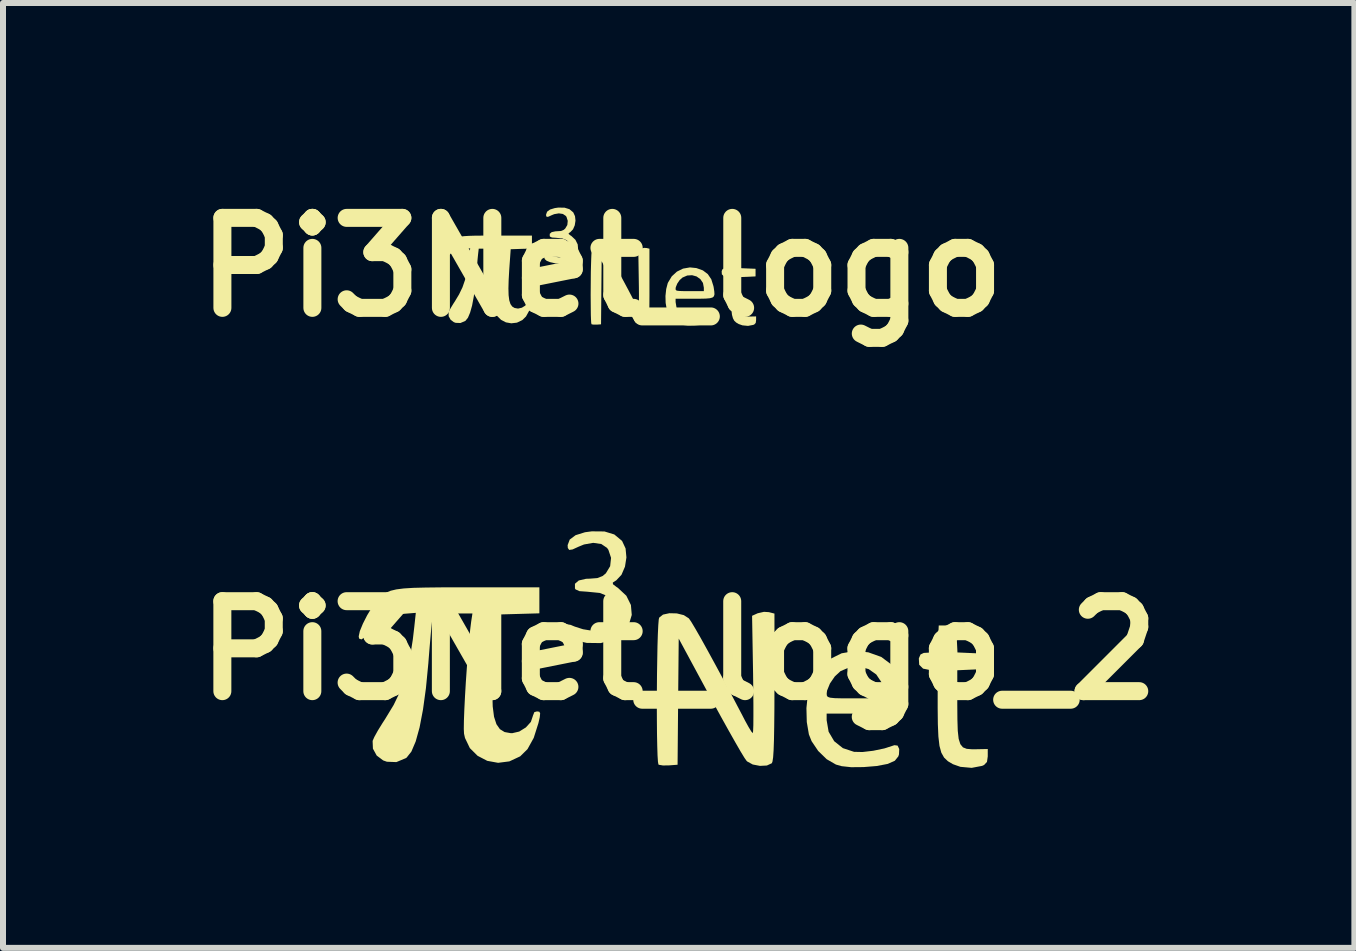
<source format=kicad_pcb>
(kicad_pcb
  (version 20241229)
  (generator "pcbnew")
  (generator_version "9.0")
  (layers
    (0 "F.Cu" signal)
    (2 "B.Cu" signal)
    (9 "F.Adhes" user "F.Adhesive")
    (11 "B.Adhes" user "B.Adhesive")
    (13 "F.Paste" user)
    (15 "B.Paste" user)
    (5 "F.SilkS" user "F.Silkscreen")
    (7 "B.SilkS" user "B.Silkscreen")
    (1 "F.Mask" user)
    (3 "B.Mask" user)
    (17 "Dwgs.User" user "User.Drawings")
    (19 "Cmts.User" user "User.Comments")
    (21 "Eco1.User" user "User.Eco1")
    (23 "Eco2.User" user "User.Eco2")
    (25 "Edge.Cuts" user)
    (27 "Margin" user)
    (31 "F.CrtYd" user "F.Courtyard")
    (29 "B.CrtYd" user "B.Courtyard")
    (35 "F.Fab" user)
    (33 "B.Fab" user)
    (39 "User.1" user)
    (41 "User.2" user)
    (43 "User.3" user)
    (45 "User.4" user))
  (footprint "Pi3Net_logo"
    (layer "F.Cu")
    (at 6.979 1.404)
    (property "Reference" "Pi3Net_logo" (at 0 0 0) (layer "F.SilkS") (effects (font (size 1.5 1.5) (thickness 0.3))))
    (attr board_only exclude_from_pos_files exclude_from_bom)
    (fp_poly (pts (xy 2.319 -0.096) (xy 2.324 0.017) (xy 2.446 0.022) (xy 2.567 0.027) (xy 2.567 0.091) (xy 2.567 0.154) (xy 2.445 0.16) (xy 2.322 0.165) (xy 2.323 0.45) (xy 2.323 0.576) (xy 2.327 0.67) (xy 2.334 0.737) (xy 2.348 0.781) (xy 2.369 0.807) (xy 2.401 0.82) (xy 2.444 0.824) (xy 2.473 0.823) (xy 2.576 0.821) (xy 2.576 0.883) (xy 2.57 0.929) (xy 2.546 0.955) (xy 2.53 0.962) (xy 2.442 0.979) (xy 2.349 0.97) (xy 2.286 0.948) (xy 2.244 0.923) (xy 2.212 0.893) (xy 2.19 0.852) (xy 2.174 0.795) (xy 2.165 0.717) (xy 2.16 0.614) (xy 2.159 0.479) (xy 2.159 0.476) (xy 2.159 0.163) (xy 2.098 0.163) (xy 2.038 0.152) (xy 2.005 0.119) (xy 2.002 0.068) (xy 2.003 0.064) (xy 2.016 0.034) (xy 2.043 0.021) (xy 2.086 0.018) (xy 2.157 0.018) (xy 2.163 -0.095) (xy 2.168 -0.209) (xy 2.241 -0.209) (xy 2.313 -0.209)) (stroke (width 0) (type solid)) (fill yes) (layer "F.SilkS"))
    (fp_poly (pts (xy -0.618 -0.992) (xy -0.537 -0.967) (xy -0.475 -0.916) (xy -0.471 -0.911) (xy -0.443 -0.85) (xy -0.435 -0.776) (xy -0.447 -0.698) (xy -0.476 -0.631) (xy -0.521 -0.584) (xy -0.527 -0.58) (xy -0.549 -0.566) (xy -0.547 -0.552) (xy -0.52 -0.53) (xy -0.504 -0.52) (xy -0.436 -0.456) (xy -0.398 -0.379) (xy -0.391 -0.296) (xy -0.415 -0.215) (xy -0.462 -0.152) (xy -0.547 -0.091) (xy -0.649 -0.061) (xy -0.766 -0.063) (xy -0.857 -0.083) (xy -0.915 -0.106) (xy -0.946 -0.133) (xy -0.954 -0.154) (xy -0.959 -0.2) (xy -0.943 -0.219) (xy -0.903 -0.214) (xy -0.866 -0.199) (xy -0.798 -0.177) (xy -0.721 -0.165) (xy -0.702 -0.164) (xy -0.641 -0.168) (xy -0.598 -0.185) (xy -0.561 -0.216) (xy -0.519 -0.272) (xy -0.511 -0.329) (xy -0.534 -0.397) (xy -0.535 -0.398) (xy -0.581 -0.449) (xy -0.658 -0.48) (xy -0.765 -0.49) (xy -0.765 -0.49) (xy -0.827 -0.494) (xy -0.859 -0.509) (xy -0.864 -0.517) (xy -0.864 -0.556) (xy -0.832 -0.584) (xy -0.772 -0.597) (xy -0.741 -0.599) (xy -0.677 -0.603) (xy -0.633 -0.621) (xy -0.607 -0.643) (xy -0.571 -0.703) (xy -0.564 -0.772) (xy -0.585 -0.839) (xy -0.597 -0.855) (xy -0.645 -0.887) (xy -0.712 -0.897) (xy -0.789 -0.884) (xy -0.833 -0.866) (xy -0.885 -0.842) (xy -0.913 -0.838) (xy -0.924 -0.854) (xy -0.925 -0.878) (xy -0.908 -0.925) (xy -0.859 -0.961) (xy -0.78 -0.985) (xy -0.724 -0.993)) (stroke (width 0) (type solid)) (fill yes) (layer "F.SilkS"))
    (fp_poly (pts (xy 0.752 -0.319) (xy 0.798 -0.308) (xy 0.798 0.305) (xy 0.798 0.485) (xy 0.797 0.63) (xy 0.795 0.745) (xy 0.792 0.831) (xy 0.787 0.89) (xy 0.782 0.926) (xy 0.777 0.94) (xy 0.735 0.959) (xy 0.677 0.962) (xy 0.618 0.95) (xy 0.571 0.925) (xy 0.567 0.921) (xy 0.549 0.895) (xy 0.516 0.841) (xy 0.471 0.764) (xy 0.417 0.668) (xy 0.355 0.557) (xy 0.289 0.436) (xy 0.264 0.391) (xy 0.001 -0.099) (xy -0.004 0.427) (xy -0.009 0.953) (xy -0.082 0.958) (xy -0.132 0.958) (xy -0.164 0.953) (xy -0.168 0.95) (xy -0.173 0.928) (xy -0.176 0.876) (xy -0.179 0.797) (xy -0.18 0.698) (xy -0.181 0.583) (xy -0.182 0.458) (xy -0.181 0.329) (xy -0.18 0.2) (xy -0.179 0.076) (xy -0.176 -0.037) (xy -0.173 -0.133) (xy -0.17 -0.209) (xy -0.166 -0.257) (xy -0.163 -0.273) (xy -0.131 -0.299) (xy -0.077 -0.311) (xy -0.016 -0.309) (xy 0.043 -0.295) (xy 0.085 -0.268) (xy 0.104 -0.24) (xy 0.138 -0.183) (xy 0.184 -0.102) (xy 0.241 -0.000436) (xy 0.306 0.119) (xy 0.377 0.251) (xy 0.453 0.393) (xy 0.53 0.541) (xy 0.554 0.585) (xy 0.583 0.638) (xy 0.606 0.676) (xy 0.618 0.689) (xy 0.621 0.672) (xy 0.622 0.623) (xy 0.623 0.547) (xy 0.623 0.449) (xy 0.622 0.333) (xy 0.62 0.205) (xy 0.62 0.2) (xy 0.612 -0.289) (xy 0.658 -0.31) (xy 0.711 -0.322)) (stroke (width 0) (type solid)) (fill yes) (layer "F.SilkS"))
    (fp_poly (pts (xy 1.581 0.015) (xy 1.689 0.054) (xy 1.771 0.116) (xy 1.829 0.202) (xy 1.865 0.317) (xy 1.87 0.344) (xy 1.879 0.406) (xy 1.882 0.452) (xy 1.873 0.485) (xy 1.849 0.506) (xy 1.805 0.518) (xy 1.737 0.524) (xy 1.64 0.526) (xy 1.542 0.526) (xy 1.234 0.526) (xy 1.234 0.581) (xy 1.25 0.677) (xy 1.297 0.757) (xy 1.369 0.814) (xy 1.462 0.845) (xy 1.463 0.845) (xy 1.533 0.847) (xy 1.621 0.836) (xy 1.715 0.816) (xy 1.798 0.79) (xy 1.825 0.793) (xy 1.839 0.822) (xy 1.836 0.866) (xy 1.831 0.883) (xy 1.802 0.919) (xy 1.743 0.945) (xy 1.652 0.963) (xy 1.542 0.972) (xy 1.438 0.973) (xy 1.359 0.964) (xy 1.311 0.951) (xy 1.234 0.906) (xy 1.163 0.838) (xy 1.108 0.756) (xy 1.086 0.699) (xy 1.068 0.596) (xy 1.065 0.481) (xy 1.077 0.367) (xy 1.079 0.358) (xy 1.234 0.358) (xy 1.235 0.375) (xy 1.243 0.386) (xy 1.262 0.393) (xy 1.3 0.397) (xy 1.361 0.399) (xy 1.452 0.399) (xy 1.47 0.399) (xy 1.705 0.399) (xy 1.705 0.343) (xy 1.69 0.263) (xy 1.647 0.2) (xy 1.584 0.155) (xy 1.509 0.134) (xy 1.428 0.139) (xy 1.349 0.173) (xy 1.301 0.216) (xy 1.261 0.275) (xy 1.237 0.335) (xy 1.234 0.358) (xy 1.079 0.358) (xy 1.102 0.27) (xy 1.107 0.258) (xy 1.17 0.153) (xy 1.256 0.074) (xy 1.358 0.024) (xy 1.473 0.004)) (stroke (width 0) (type solid)) (fill yes) (layer "F.SilkS"))
    (fp_poly (pts (xy -1.161 -0.418) (xy -1.161 -0.31) (xy -1.338 -0.305) (xy -1.515 -0.299) (xy -1.539 0.036) (xy -1.549 0.212) (xy -1.553 0.354) (xy -1.55 0.467) (xy -1.539 0.553) (xy -1.519 0.615) (xy -1.49 0.656) (xy -1.451 0.68) (xy -1.401 0.689) (xy -1.387 0.689) (xy -1.329 0.676) (xy -1.274 0.642) (xy -1.232 0.596) (xy -1.216 0.547) (xy -1.216 0.546) (xy -1.203 0.514) (xy -1.181 0.508) (xy -1.162 0.511) (xy -1.155 0.524) (xy -1.158 0.557) (xy -1.169 0.606) (xy -1.208 0.728) (xy -1.26 0.822) (xy -1.321 0.882) (xy -1.411 0.925) (xy -1.505 0.936) (xy -1.595 0.92) (xy -1.676 0.878) (xy -1.74 0.814) (xy -1.781 0.73) (xy -1.789 0.694) (xy -1.791 0.654) (xy -1.79 0.584) (xy -1.787 0.492) (xy -1.781 0.383) (xy -1.774 0.264) (xy -1.766 0.143) (xy -1.757 0.024) (xy -1.747 -0.084) (xy -1.738 -0.176) (xy -1.729 -0.24) (xy -1.719 -0.308) (xy -1.883 -0.308) (xy -2.048 -0.308) (xy -2.057 -0.231) (xy -2.062 -0.185) (xy -2.069 -0.111) (xy -2.076 -0.02) (xy -2.085 0.08) (xy -2.087 0.107) (xy -2.106 0.314) (xy -2.131 0.492) (xy -2.159 0.641) (xy -2.192 0.758) (xy -2.228 0.843) (xy -2.268 0.893) (xy -2.274 0.897) (xy -2.353 0.931) (xy -2.432 0.928) (xy -2.463 0.917) (xy -2.517 0.876) (xy -2.549 0.818) (xy -2.551 0.755) (xy -2.551 0.752) (xy -2.537 0.721) (xy -2.507 0.668) (xy -2.468 0.604) (xy -2.447 0.572) (xy -2.376 0.454) (xy -2.319 0.336) (xy -2.276 0.212) (xy -2.242 0.073) (xy -2.216 -0.09) (xy -2.203 -0.198) (xy -2.191 -0.314) (xy -2.31 -0.304) (xy -2.41 -0.288) (xy -2.486 -0.253) (xy -2.55 -0.193) (xy -2.578 -0.155) (xy -2.614 -0.112) (xy -2.644 -0.092) (xy -2.663 -0.099) (xy -2.667 -0.117) (xy -2.657 -0.161) (xy -2.632 -0.224) (xy -2.596 -0.293) (xy -2.556 -0.359) (xy -2.52 -0.407) (xy -2.492 -0.438) (xy -2.466 -0.463) (xy -2.436 -0.483) (xy -2.4 -0.498) (xy -2.353 -0.509) (xy -2.292 -0.517) (xy -2.211 -0.522) (xy -2.108 -0.525) (xy -1.978 -0.526) (xy -1.817 -0.526) (xy -1.751 -0.526) (xy -1.161 -0.526)) (stroke (width 0) (type solid)) (fill yes) (layer "F.SilkS")))
  (footprint "Pi3Net_logo_2"
    (layer "F.Cu")
    (at 8.264 7.794)
    (property "Reference" "Pi3Net_logo_2" (at 0 0 0) (layer "F.SilkS") (effects (font (size 1.5 1.5) (thickness 0.3))))
    (attr board_only exclude_from_pos_files exclude_from_bom)
    (fp_poly (pts (xy 4.637 -0.192) (xy 4.648 0.033) (xy 4.891 0.044) (xy 5.134 0.054) (xy 5.134 0.181) (xy 5.134 0.308) (xy 4.889 0.319) (xy 4.645 0.33) (xy 4.645 0.9) (xy 4.647 1.152) (xy 4.653 1.34) (xy 4.668 1.474) (xy 4.696 1.562) (xy 4.739 1.615) (xy 4.802 1.64) (xy 4.888 1.647) (xy 4.946 1.647) (xy 5.153 1.643) (xy 5.153 1.766) (xy 5.14 1.858) (xy 5.092 1.909) (xy 5.059 1.924) (xy 4.885 1.957) (xy 4.697 1.94) (xy 4.572 1.896) (xy 4.488 1.846) (xy 4.425 1.786) (xy 4.379 1.704) (xy 4.348 1.59) (xy 4.33 1.435) (xy 4.321 1.228) (xy 4.318 0.958) (xy 4.318 0.952) (xy 4.318 0.327) (xy 4.195 0.327) (xy 4.075 0.303) (xy 4.01 0.238) (xy 4.004 0.135) (xy 4.006 0.127) (xy 4.032 0.067) (xy 4.086 0.041) (xy 4.172 0.036) (xy 4.315 0.036) (xy 4.325 -0.191) (xy 4.336 -0.417) (xy 4.481 -0.417) (xy 4.626 -0.417)) (stroke (width 0) (type solid)) (fill yes) (layer "F.SilkS"))
    (fp_poly (pts (xy -1.237 -1.984) (xy -1.073 -1.934) (xy -0.95 -1.832) (xy -0.942 -1.823) (xy -0.885 -1.701) (xy -0.871 -1.551) (xy -0.895 -1.397) (xy -0.953 -1.262) (xy -1.041 -1.168) (xy -1.055 -1.16) (xy -1.098 -1.132) (xy -1.095 -1.104) (xy -1.039 -1.061) (xy -1.009 -1.04) (xy -0.872 -0.912) (xy -0.796 -0.758) (xy -0.782 -0.592) (xy -0.831 -0.429) (xy -0.924 -0.303) (xy -1.094 -0.182) (xy -1.298 -0.123) (xy -1.532 -0.126) (xy -1.714 -0.167) (xy -1.83 -0.213) (xy -1.891 -0.267) (xy -1.908 -0.307) (xy -1.918 -0.399) (xy -1.886 -0.438) (xy -1.806 -0.428) (xy -1.732 -0.398) (xy -1.595 -0.354) (xy -1.443 -0.329) (xy -1.403 -0.327) (xy -1.281 -0.335) (xy -1.195 -0.37) (xy -1.122 -0.433) (xy -1.039 -0.545) (xy -1.021 -0.659) (xy -1.068 -0.793) (xy -1.069 -0.796) (xy -1.163 -0.898) (xy -1.316 -0.959) (xy -1.529 -0.98) (xy -1.531 -0.98) (xy -1.655 -0.989) (xy -1.719 -1.018) (xy -1.729 -1.035) (xy -1.729 -1.112) (xy -1.665 -1.167) (xy -1.543 -1.195) (xy -1.482 -1.197) (xy -1.354 -1.207) (xy -1.267 -1.242) (xy -1.214 -1.286) (xy -1.142 -1.405) (xy -1.127 -1.544) (xy -1.171 -1.677) (xy -1.194 -1.71) (xy -1.29 -1.775) (xy -1.425 -1.794) (xy -1.578 -1.767) (xy -1.666 -1.731) (xy -1.769 -1.684) (xy -1.825 -1.676) (xy -1.848 -1.709) (xy -1.851 -1.756) (xy -1.816 -1.849) (xy -1.718 -1.922) (xy -1.561 -1.971) (xy -1.448 -1.986)) (stroke (width 0) (type solid)) (fill yes) (layer "F.SilkS"))
    (fp_poly (pts (xy 1.503 -0.639) (xy 1.597 -0.615) (xy 1.597 0.61) (xy 1.596 0.969) (xy 1.593 1.261) (xy 1.589 1.49) (xy 1.583 1.661) (xy 1.575 1.78) (xy 1.564 1.852) (xy 1.553 1.88) (xy 1.471 1.918) (xy 1.355 1.924) (xy 1.235 1.901) (xy 1.142 1.85) (xy 1.133 1.841) (xy 1.097 1.79) (xy 1.032 1.683) (xy 0.943 1.529) (xy 0.834 1.336) (xy 0.711 1.115) (xy 0.578 0.872) (xy 0.529 0.781) (xy 0.001 -0.198) (xy -0.009 0.854) (xy -0.018 1.905) (xy -0.165 1.916) (xy -0.263 1.917) (xy -0.328 1.906) (xy -0.337 1.901) (xy -0.345 1.857) (xy -0.352 1.751) (xy -0.357 1.594) (xy -0.361 1.395) (xy -0.363 1.166) (xy -0.364 0.917) (xy -0.363 0.657) (xy -0.361 0.399) (xy -0.357 0.152) (xy -0.353 -0.074) (xy -0.347 -0.267) (xy -0.34 -0.417) (xy -0.332 -0.515) (xy -0.325 -0.547) (xy -0.261 -0.598) (xy -0.155 -0.621) (xy -0.031 -0.618) (xy 0.086 -0.589) (xy 0.17 -0.535) (xy 0.209 -0.479) (xy 0.276 -0.367) (xy 0.369 -0.205) (xy 0.482 -0.001) (xy 0.612 0.237) (xy 0.755 0.502) (xy 0.906 0.786) (xy 1.061 1.081) (xy 1.107 1.17) (xy 1.166 1.277) (xy 1.212 1.352) (xy 1.236 1.379) (xy 1.241 1.344) (xy 1.245 1.246) (xy 1.246 1.094) (xy 1.246 0.898) (xy 1.244 0.667) (xy 1.241 0.41) (xy 1.241 0.401) (xy 1.224 -0.578) (xy 1.317 -0.62) (xy 1.422 -0.644)) (stroke (width 0) (type solid)) (fill yes) (layer "F.SilkS"))
    (fp_poly (pts (xy 3.162 0.031) (xy 3.378 0.108) (xy 3.542 0.231) (xy 3.658 0.405) (xy 3.73 0.634) (xy 3.74 0.688) (xy 3.759 0.813) (xy 3.764 0.905) (xy 3.747 0.97) (xy 3.699 1.012) (xy 3.611 1.037) (xy 3.474 1.048) (xy 3.281 1.052) (xy 3.083 1.052) (xy 2.467 1.052) (xy 2.467 1.162) (xy 2.5 1.355) (xy 2.593 1.513) (xy 2.737 1.628) (xy 2.924 1.69) (xy 2.926 1.69) (xy 3.065 1.693) (xy 3.243 1.672) (xy 3.43 1.633) (xy 3.597 1.579) (xy 3.65 1.586) (xy 3.677 1.643) (xy 3.673 1.732) (xy 3.662 1.766) (xy 3.604 1.838) (xy 3.486 1.891) (xy 3.304 1.926) (xy 3.084 1.944) (xy 2.876 1.946) (xy 2.718 1.929) (xy 2.622 1.902) (xy 2.468 1.813) (xy 2.326 1.675) (xy 2.216 1.512) (xy 2.171 1.399) (xy 2.136 1.193) (xy 2.13 0.961) (xy 2.153 0.734) (xy 2.158 0.717) (xy 2.468 0.717) (xy 2.47 0.75) (xy 2.485 0.773) (xy 2.524 0.787) (xy 2.6 0.795) (xy 2.723 0.798) (xy 2.905 0.798) (xy 2.939 0.798) (xy 3.411 0.798) (xy 3.411 0.686) (xy 3.379 0.527) (xy 3.294 0.4) (xy 3.168 0.311) (xy 3.018 0.268) (xy 2.856 0.277) (xy 2.698 0.345) (xy 2.603 0.433) (xy 2.522 0.551) (xy 2.474 0.669) (xy 2.468 0.717) (xy 2.158 0.717) (xy 2.204 0.54) (xy 2.214 0.515) (xy 2.34 0.306) (xy 2.511 0.149) (xy 2.717 0.047) (xy 2.946 0.008)) (stroke (width 0) (type solid)) (fill yes) (layer "F.SilkS"))
    (fp_poly (pts (xy -2.322 -0.836) (xy -2.322 -0.619) (xy -2.676 -0.609) (xy -3.03 -0.599) (xy -3.077 0.073) (xy -3.098 0.423) (xy -3.106 0.708) (xy -3.1 0.933) (xy -3.078 1.105) (xy -3.038 1.229) (xy -2.98 1.312) (xy -2.902 1.36) (xy -2.803 1.378) (xy -2.775 1.379) (xy -2.658 1.352) (xy -2.547 1.283) (xy -2.464 1.191) (xy -2.431 1.093) (xy -2.431 1.091) (xy -2.406 1.028) (xy -2.362 1.016) (xy -2.323 1.021) (xy -2.309 1.048) (xy -2.316 1.114) (xy -2.338 1.211) (xy -2.416 1.457) (xy -2.52 1.645) (xy -2.642 1.765) (xy -2.822 1.849) (xy -3.01 1.873) (xy -3.191 1.84) (xy -3.352 1.756) (xy -3.481 1.628) (xy -3.562 1.459) (xy -3.578 1.388) (xy -3.582 1.308) (xy -3.58 1.169) (xy -3.573 0.984) (xy -3.562 0.766) (xy -3.548 0.529) (xy -3.531 0.285) (xy -3.513 0.048) (xy -3.494 -0.168) (xy -3.475 -0.352) (xy -3.459 -0.481) (xy -3.438 -0.617) (xy -3.767 -0.617) (xy -4.096 -0.617) (xy -4.114 -0.463) (xy -4.124 -0.37) (xy -4.137 -0.223) (xy -4.153 -0.04) (xy -4.169 0.16) (xy -4.173 0.213) (xy -4.213 0.627) (xy -4.262 0.984) (xy -4.319 1.282) (xy -4.384 1.517) (xy -4.456 1.686) (xy -4.535 1.786) (xy -4.548 1.795) (xy -4.706 1.861) (xy -4.864 1.855) (xy -4.926 1.833) (xy -5.034 1.752) (xy -5.097 1.637) (xy -5.102 1.51) (xy -5.101 1.505) (xy -5.073 1.441) (xy -5.015 1.336) (xy -4.936 1.208) (xy -4.895 1.145) (xy -4.751 0.908) (xy -4.638 0.673) (xy -4.551 0.424) (xy -4.484 0.145) (xy -4.432 -0.181) (xy -4.407 -0.395) (xy -4.382 -0.627) (xy -4.62 -0.608) (xy -4.82 -0.575) (xy -4.973 -0.505) (xy -5.099 -0.386) (xy -5.156 -0.31) (xy -5.228 -0.223) (xy -5.289 -0.184) (xy -5.327 -0.198) (xy -5.334 -0.235) (xy -5.315 -0.323) (xy -5.264 -0.447) (xy -5.193 -0.587) (xy -5.113 -0.719) (xy -5.04 -0.815) (xy -4.985 -0.876) (xy -4.931 -0.926) (xy -4.873 -0.966) (xy -4.8 -0.996) (xy -4.707 -1.018) (xy -4.583 -1.034) (xy -4.422 -1.044) (xy -4.216 -1.049) (xy -3.955 -1.052) (xy -3.633 -1.052) (xy -3.503 -1.052) (xy -2.322 -1.052)) (stroke (width 0) (type solid)) (fill yes) (layer "F.SilkS")))
  (gr_rect
    (start -3 -3)
    (end 19.529 12.752)
    (stroke (width 0.1) (type default))
    (fill no)
    (layer "Edge.Cuts")))
</source>
